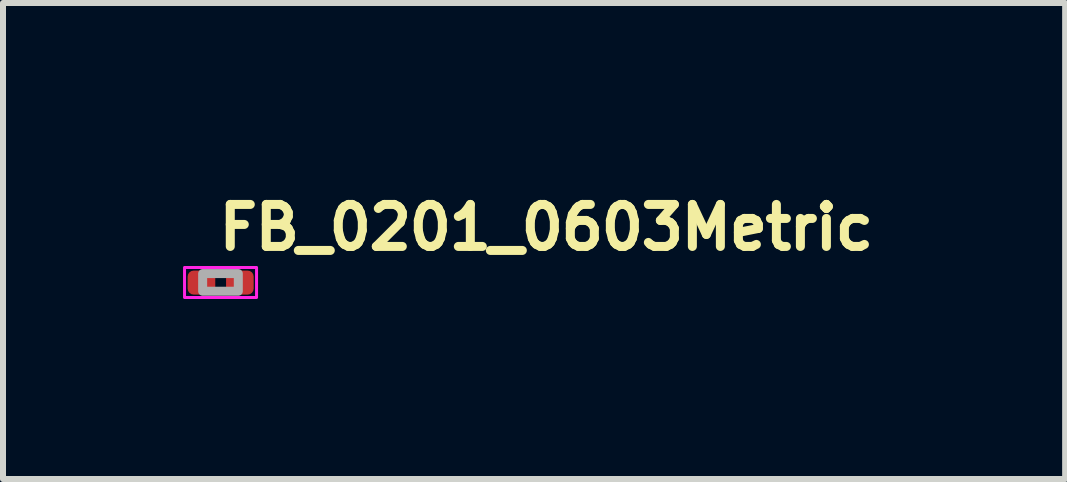
<source format=kicad_pcb>
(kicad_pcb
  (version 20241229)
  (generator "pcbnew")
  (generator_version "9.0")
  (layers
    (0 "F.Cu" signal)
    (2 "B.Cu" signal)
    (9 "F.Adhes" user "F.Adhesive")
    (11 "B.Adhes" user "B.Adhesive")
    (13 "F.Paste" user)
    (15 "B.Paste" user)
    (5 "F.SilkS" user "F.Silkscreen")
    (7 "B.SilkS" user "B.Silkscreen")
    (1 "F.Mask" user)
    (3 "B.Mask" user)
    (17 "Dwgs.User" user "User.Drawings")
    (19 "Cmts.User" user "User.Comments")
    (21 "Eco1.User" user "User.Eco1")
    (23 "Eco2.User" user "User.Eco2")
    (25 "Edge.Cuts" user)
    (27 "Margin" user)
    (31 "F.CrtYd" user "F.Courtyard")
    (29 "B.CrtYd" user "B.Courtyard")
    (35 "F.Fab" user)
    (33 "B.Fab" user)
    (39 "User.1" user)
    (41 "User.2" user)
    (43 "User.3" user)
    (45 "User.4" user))
  (footprint "FB_0201_0603Metric"
    (layer "F.Cu")
    (at 0.625 1.657)
    (property "Reference" "FB_0201_0603Metric" (at -0.103 -0.507 0) (unlocked yes) (layer "F.SilkS") (effects (font (size 0.7 0.7) (thickness 0.15)) (justify left bottom)))
    (attr smd)
    (fp_rect (start -0.6 -0.25) (end 0.6 0.25) (stroke (width 0.05) (type solid)) (fill no) (layer "F.CrtYd"))
    (fp_rect (start -0.298 -0.148) (end 0.296 0.146) (stroke (width 0.15) (type solid)) (fill no) (layer "F.Fab"))
    (fp_rect (start -0.298 -0.148) (end 0.296 0.146) (stroke (width 0.1) (type solid)) (fill no) (layer "User.5"))
    (fp_line (start -0.3 -0.15) (end -0.2 -0.15) (stroke (width 0.01) (type solid)) (layer "User.9"))
    (fp_line (start -0.3 0.15) (end -0.3 -0.15) (stroke (width 0.01) (type solid)) (layer "User.9"))
    (fp_line (start -0.3 0.15) (end -0.2 0.15) (stroke (width 0.01) (type solid)) (layer "User.9"))
    (fp_line (start -0.298 0.146) (end -0.298 -0.148) (stroke (width 0.02) (type solid)) (layer "User.9"))
    (fp_line (start -0.248 -0.148) (end -0.298 -0.148) (stroke (width 0.02) (type solid)) (layer "User.9"))
    (fp_line (start -0.248 -0.148) (end -0.248 -0.104) (stroke (width 0.02) (type solid)) (layer "User.9"))
    (fp_line (start -0.248 -0.104) (end -0.204 -0.104) (stroke (width 0.02) (type solid)) (layer "User.9"))
    (fp_line (start -0.248 0.102) (end -0.248 0.146) (stroke (width 0.02) (type solid)) (layer "User.9"))
    (fp_line (start -0.248 0.146) (end -0.298 0.146) (stroke (width 0.02) (type solid)) (layer "User.9"))
    (fp_line (start -0.204 -0.148) (end -0.248 -0.148) (stroke (width 0.02) (type solid)) (layer "User.9"))
    (fp_line (start -0.204 -0.148) (end -0.204 0.146) (stroke (width 0.02) (type solid)) (layer "User.9"))
    (fp_line (start -0.204 0.102) (end -0.248 0.102) (stroke (width 0.02) (type solid)) (layer "User.9"))
    (fp_line (start -0.204 0.102) (end -0.204 -0.104) (stroke (width 0.02) (type solid)) (layer "User.9"))
    (fp_line (start -0.204 0.146) (end -0.248 0.146) (stroke (width 0.02) (type solid)) (layer "User.9"))
    (fp_line (start -0.204 0.146) (end 0.202 0.146) (stroke (width 0.02) (type solid)) (layer "User.9"))
    (fp_line (start -0.2 -0.147) (end 0.2 -0.147) (stroke (width 0.01) (type solid)) (layer "User.9"))
    (fp_line (start -0.2 0.147) (end 0.2 0.147) (stroke (width 0.01) (type solid)) (layer "User.9"))
    (fp_line (start -0.2 0.15) (end -0.2 -0.15) (stroke (width 0.01) (type solid)) (layer "User.9"))
    (fp_line (start 0.2 -0.15) (end 0.3 -0.15) (stroke (width 0.01) (type solid)) (layer "User.9"))
    (fp_line (start 0.2 0.15) (end 0.2 -0.15) (stroke (width 0.01) (type solid)) (layer "User.9"))
    (fp_line (start 0.2 0.15) (end 0.3 0.15) (stroke (width 0.01) (type solid)) (layer "User.9"))
    (fp_line (start 0.202 -0.148) (end -0.204 -0.148) (stroke (width 0.02) (type solid)) (layer "User.9"))
    (fp_line (start 0.202 -0.104) (end 0.246 -0.104) (stroke (width 0.02) (type solid)) (layer "User.9"))
    (fp_line (start 0.202 0.102) (end 0.202 -0.104) (stroke (width 0.02) (type solid)) (layer "User.9"))
    (fp_line (start 0.202 0.146) (end 0.202 -0.148) (stroke (width 0.02) (type solid)) (layer "User.9"))
    (fp_line (start 0.246 -0.148) (end 0.202 -0.148) (stroke (width 0.02) (type solid)) (layer "User.9"))
    (fp_line (start 0.246 -0.148) (end 0.296 -0.148) (stroke (width 0.02) (type solid)) (layer "User.9"))
    (fp_line (start 0.246 -0.104) (end 0.246 -0.148) (stroke (width 0.02) (type solid)) (layer "User.9"))
    (fp_line (start 0.246 0.102) (end 0.202 0.102) (stroke (width 0.02) (type solid)) (layer "User.9"))
    (fp_line (start 0.246 0.146) (end 0.202 0.146) (stroke (width 0.02) (type solid)) (layer "User.9"))
    (fp_line (start 0.246 0.146) (end 0.246 0.102) (stroke (width 0.02) (type solid)) (layer "User.9"))
    (fp_line (start 0.246 0.146) (end 0.296 0.146) (stroke (width 0.02) (type solid)) (layer "User.9"))
    (fp_line (start 0.296 0.146) (end 0.296 -0.148) (stroke (width 0.02) (type solid)) (layer "User.9"))
    (fp_line (start 0.3 0.15) (end 0.3 -0.15) (stroke (width 0.01) (type solid)) (layer "User.9"))
    (pad "" smd roundrect (at -0.348 0.002) (size 0.318 0.36) (layers "F.Paste") (roundrect_rratio 0.25))
    (pad "" smd roundrect (at 0.346 0.002) (size 0.318 0.36) (layers "F.Paste") (roundrect_rratio 0.25))
    (pad "1" smd roundrect (at -0.318 0.002) (size 0.46 0.4) (layers "F.Cu" "F.Mask") (roundrect_rratio 0.25))
    (pad "2" smd roundrect (at 0.322 0.002) (size 0.46 0.4) (layers "F.Cu" "F.Mask") (roundrect_rratio 0.25)))
  (gr_rect
    (start -3 -3)
    (end 14.699 4.932)
    (stroke (width 0.1) (type default))
    (fill no)
    (layer "Edge.Cuts")))
</source>
